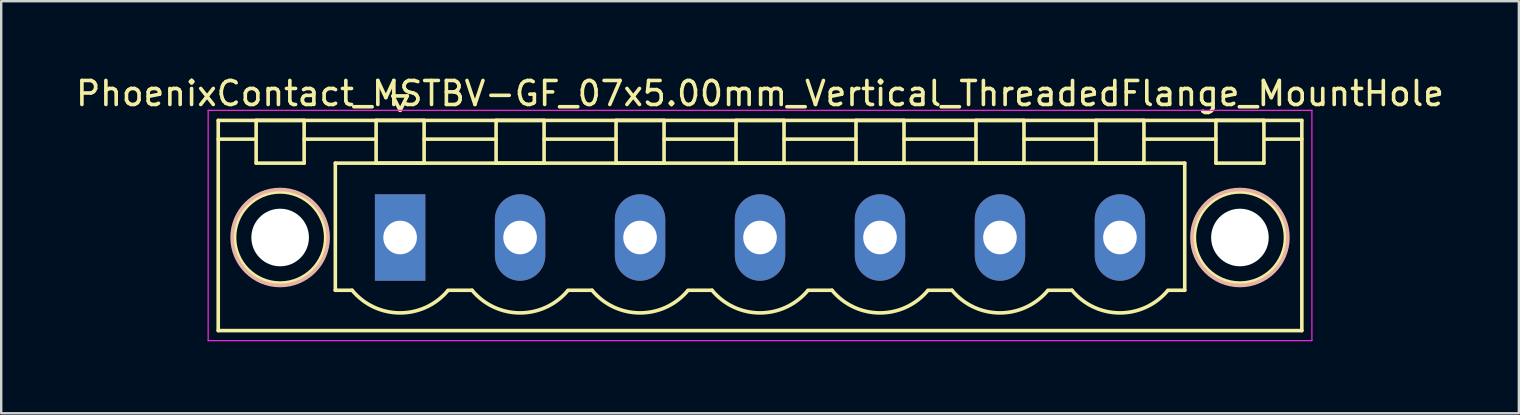
<source format=kicad_pcb>
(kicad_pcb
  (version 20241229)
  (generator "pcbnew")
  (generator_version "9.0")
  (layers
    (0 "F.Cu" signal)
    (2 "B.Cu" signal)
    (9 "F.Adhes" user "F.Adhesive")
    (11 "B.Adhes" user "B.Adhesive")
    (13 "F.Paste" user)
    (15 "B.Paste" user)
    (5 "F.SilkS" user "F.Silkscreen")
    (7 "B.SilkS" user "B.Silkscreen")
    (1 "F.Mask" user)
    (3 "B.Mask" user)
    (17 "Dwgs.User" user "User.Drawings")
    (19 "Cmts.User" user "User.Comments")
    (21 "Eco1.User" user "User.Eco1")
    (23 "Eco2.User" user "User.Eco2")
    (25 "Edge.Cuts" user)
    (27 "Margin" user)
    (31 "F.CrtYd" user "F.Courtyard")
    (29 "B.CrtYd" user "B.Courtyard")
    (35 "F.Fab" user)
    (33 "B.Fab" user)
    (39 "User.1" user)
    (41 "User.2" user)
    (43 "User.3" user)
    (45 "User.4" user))
  (footprint "PhoenixContact_MSTBV-GF_07x5.00mm_Vertical_ThreadedFlange_MountHole"
    (layer "F.Cu")
    (at 13.625 6.848)
    (property "Reference" "PhoenixContact_MSTBV-GF_07x5.00mm_Vertical_ThreadedFlange_MountHole" (at 15 -6 0) (layer "F.SilkS") (effects (font (size 1 1) (thickness 0.15))))
    (attr through_hole)
    (fp_line (start -7.58 -4.88) (end -7.58 3.88) (stroke (width 0.15) (type solid)) (layer "F.SilkS"))
    (fp_line (start -7.58 -4.1) (end -6.08 -4.1) (stroke (width 0.15) (type solid)) (layer "F.SilkS"))
    (fp_line (start -7.58 3.88) (end 37.58 3.88) (stroke (width 0.15) (type solid)) (layer "F.SilkS"))
    (fp_line (start -6 -4.88) (end -4 -4.88) (stroke (width 0.15) (type solid)) (layer "F.SilkS"))
    (fp_line (start -6 -3.1) (end -6 -4.88) (stroke (width 0.15) (type solid)) (layer "F.SilkS"))
    (fp_line (start -4 -4.88) (end -4 -3.1) (stroke (width 0.15) (type solid)) (layer "F.SilkS"))
    (fp_line (start -4 -4.1) (end -1 -4.1) (stroke (width 0.15) (type solid)) (layer "F.SilkS"))
    (fp_line (start -4 -3.1) (end -6 -3.1) (stroke (width 0.15) (type solid)) (layer "F.SilkS"))
    (fp_line (start -2.7 -3.1) (end 32.7 -3.1) (stroke (width 0.15) (type solid)) (layer "F.SilkS"))
    (fp_line (start -2.7 2.2) (end -2.7 -3.1) (stroke (width 0.15) (type solid)) (layer "F.SilkS"))
    (fp_line (start -2 2.2) (end -2.7 2.2) (stroke (width 0.15) (type solid)) (layer "F.SilkS"))
    (fp_line (start -1 -4.88) (end 1 -4.88) (stroke (width 0.15) (type solid)) (layer "F.SilkS"))
    (fp_line (start -1 -3.1) (end -1 -4.88) (stroke (width 0.15) (type solid)) (layer "F.SilkS"))
    (fp_line (start -0.3 -5.9) (end 0 -5.3) (stroke (width 0.15) (type solid)) (layer "F.SilkS"))
    (fp_line (start 0 -5.3) (end 0.3 -5.9) (stroke (width 0.15) (type solid)) (layer "F.SilkS"))
    (fp_line (start 0.3 -5.9) (end -0.3 -5.9) (stroke (width 0.15) (type solid)) (layer "F.SilkS"))
    (fp_line (start 1 -4.88) (end 1 -3.1) (stroke (width 0.15) (type solid)) (layer "F.SilkS"))
    (fp_line (start 1 -4.1) (end 4 -4.1) (stroke (width 0.15) (type solid)) (layer "F.SilkS"))
    (fp_line (start 1 -3.1) (end -1 -3.1) (stroke (width 0.15) (type solid)) (layer "F.SilkS"))
    (fp_line (start 2 2.2) (end 3 2.2) (stroke (width 0.15) (type solid)) (layer "F.SilkS"))
    (fp_line (start 4 -4.88) (end 6 -4.88) (stroke (width 0.15) (type solid)) (layer "F.SilkS"))
    (fp_line (start 4 -3.1) (end 4 -4.88) (stroke (width 0.15) (type solid)) (layer "F.SilkS"))
    (fp_line (start 6 -4.88) (end 6 -3.1) (stroke (width 0.15) (type solid)) (layer "F.SilkS"))
    (fp_line (start 6 -4.1) (end 9 -4.1) (stroke (width 0.15) (type solid)) (layer "F.SilkS"))
    (fp_line (start 6 -3.1) (end 4 -3.1) (stroke (width 0.15) (type solid)) (layer "F.SilkS"))
    (fp_line (start 7 2.2) (end 8 2.2) (stroke (width 0.15) (type solid)) (layer "F.SilkS"))
    (fp_line (start 9 -4.88) (end 11 -4.88) (stroke (width 0.15) (type solid)) (layer "F.SilkS"))
    (fp_line (start 9 -3.1) (end 9 -4.88) (stroke (width 0.15) (type solid)) (layer "F.SilkS"))
    (fp_line (start 11 -4.88) (end 11 -3.1) (stroke (width 0.15) (type solid)) (layer "F.SilkS"))
    (fp_line (start 11 -4.1) (end 14 -4.1) (stroke (width 0.15) (type solid)) (layer "F.SilkS"))
    (fp_line (start 11 -3.1) (end 9 -3.1) (stroke (width 0.15) (type solid)) (layer "F.SilkS"))
    (fp_line (start 12 2.2) (end 13 2.2) (stroke (width 0.15) (type solid)) (layer "F.SilkS"))
    (fp_line (start 14 -4.88) (end 16 -4.88) (stroke (width 0.15) (type solid)) (layer "F.SilkS"))
    (fp_line (start 14 -3.1) (end 14 -4.88) (stroke (width 0.15) (type solid)) (layer "F.SilkS"))
    (fp_line (start 16 -4.88) (end 16 -3.1) (stroke (width 0.15) (type solid)) (layer "F.SilkS"))
    (fp_line (start 16 -4.1) (end 19 -4.1) (stroke (width 0.15) (type solid)) (layer "F.SilkS"))
    (fp_line (start 16 -3.1) (end 14 -3.1) (stroke (width 0.15) (type solid)) (layer "F.SilkS"))
    (fp_line (start 17 2.2) (end 18 2.2) (stroke (width 0.15) (type solid)) (layer "F.SilkS"))
    (fp_line (start 19 -4.88) (end 21 -4.88) (stroke (width 0.15) (type solid)) (layer "F.SilkS"))
    (fp_line (start 19 -3.1) (end 19 -4.88) (stroke (width 0.15) (type solid)) (layer "F.SilkS"))
    (fp_line (start 21 -4.88) (end 21 -3.1) (stroke (width 0.15) (type solid)) (layer "F.SilkS"))
    (fp_line (start 21 -4.1) (end 24 -4.1) (stroke (width 0.15) (type solid)) (layer "F.SilkS"))
    (fp_line (start 21 -3.1) (end 19 -3.1) (stroke (width 0.15) (type solid)) (layer "F.SilkS"))
    (fp_line (start 22 2.2) (end 23 2.2) (stroke (width 0.15) (type solid)) (layer "F.SilkS"))
    (fp_line (start 24 -4.88) (end 26 -4.88) (stroke (width 0.15) (type solid)) (layer "F.SilkS"))
    (fp_line (start 24 -3.1) (end 24 -4.88) (stroke (width 0.15) (type solid)) (layer "F.SilkS"))
    (fp_line (start 26 -4.88) (end 26 -3.1) (stroke (width 0.15) (type solid)) (layer "F.SilkS"))
    (fp_line (start 26 -4.1) (end 29 -4.1) (stroke (width 0.15) (type solid)) (layer "F.SilkS"))
    (fp_line (start 26 -3.1) (end 24 -3.1) (stroke (width 0.15) (type solid)) (layer "F.SilkS"))
    (fp_line (start 27 2.2) (end 28 2.2) (stroke (width 0.15) (type solid)) (layer "F.SilkS"))
    (fp_line (start 29 -4.88) (end 31 -4.88) (stroke (width 0.15) (type solid)) (layer "F.SilkS"))
    (fp_line (start 29 -3.1) (end 29 -4.88) (stroke (width 0.15) (type solid)) (layer "F.SilkS"))
    (fp_line (start 31 -4.88) (end 31 -3.1) (stroke (width 0.15) (type solid)) (layer "F.SilkS"))
    (fp_line (start 31 -4.1) (end 34 -4.1) (stroke (width 0.15) (type solid)) (layer "F.SilkS"))
    (fp_line (start 31 -3.1) (end 29 -3.1) (stroke (width 0.15) (type solid)) (layer "F.SilkS"))
    (fp_line (start 32.7 -3.1) (end 32.7 2.2) (stroke (width 0.15) (type solid)) (layer "F.SilkS"))
    (fp_line (start 32.7 2.2) (end 32 2.2) (stroke (width 0.15) (type solid)) (layer "F.SilkS"))
    (fp_line (start 34 -4.88) (end 36 -4.88) (stroke (width 0.15) (type solid)) (layer "F.SilkS"))
    (fp_line (start 34 -3.1) (end 34 -4.88) (stroke (width 0.15) (type solid)) (layer "F.SilkS"))
    (fp_line (start 36 -4.88) (end 36 -3.1) (stroke (width 0.15) (type solid)) (layer "F.SilkS"))
    (fp_line (start 36 -3.1) (end 34 -3.1) (stroke (width 0.15) (type solid)) (layer "F.SilkS"))
    (fp_line (start 37.58 -4.88) (end -7.58 -4.88) (stroke (width 0.15) (type solid)) (layer "F.SilkS"))
    (fp_line (start 37.58 -4.1) (end 36.08 -4.1) (stroke (width 0.15) (type solid)) (layer "F.SilkS"))
    (fp_line (start 37.58 3.88) (end 37.58 -4.88) (stroke (width 0.15) (type solid)) (layer "F.SilkS"))
    (fp_arc (start 1.986842 2.215821) (mid -0.010289 3.142758) (end -2 2.2) (stroke (width 0.15) (type solid)) (layer "F.SilkS"))
    (fp_arc (start 6.986842 2.215821) (mid 4.989711 3.142758) (end 3 2.2) (stroke (width 0.15) (type solid)) (layer "F.SilkS"))
    (fp_arc (start 11.986842 2.215821) (mid 9.989711 3.142758) (end 8 2.2) (stroke (width 0.15) (type solid)) (layer "F.SilkS"))
    (fp_arc (start 16.986842 2.215821) (mid 14.989711 3.142758) (end 13 2.2) (stroke (width 0.15) (type solid)) (layer "F.SilkS"))
    (fp_arc (start 21.986842 2.215821) (mid 19.989711 3.142758) (end 18 2.2) (stroke (width 0.15) (type solid)) (layer "F.SilkS"))
    (fp_arc (start 26.986842 2.215821) (mid 24.989711 3.142758) (end 23 2.2) (stroke (width 0.15) (type solid)) (layer "F.SilkS"))
    (fp_arc (start 31.986842 2.215821) (mid 29.989711 3.142758) (end 28 2.2) (stroke (width 0.15) (type solid)) (layer "F.SilkS"))
    (fp_circle (center -5 0) (end -4 0) (stroke (width 0.15) (type solid)) (fill no) (layer "F.SilkS"))
    (fp_circle (center -5 0) (end -3.1 0) (stroke (width 0.15) (type solid)) (fill no) (layer "F.SilkS"))
    (fp_circle (center 35 0) (end 36 0) (stroke (width 0.15) (type solid)) (fill no) (layer "F.SilkS"))
    (fp_circle (center 35 0) (end 36.9 0) (stroke (width 0.15) (type solid)) (fill no) (layer "F.SilkS"))
    (fp_circle (center -5 0) (end -3 0) (stroke (width 0.15) (type solid)) (fill no) (layer "B.SilkS"))
    (fp_circle (center 35 0) (end 37 0) (stroke (width 0.15) (type solid)) (fill no) (layer "B.SilkS"))
    (fp_line (start -8 -5.3) (end -8 4.3) (stroke (width 0.05) (type solid)) (layer "F.CrtYd"))
    (fp_line (start -8 4.3) (end 38 4.3) (stroke (width 0.05) (type solid)) (layer "F.CrtYd"))
    (fp_line (start 38 -5.3) (end -8 -5.3) (stroke (width 0.05) (type solid)) (layer "F.CrtYd"))
    (fp_line (start 38 4.3) (end 38 -5.3) (stroke (width 0.05) (type solid)) (layer "F.CrtYd"))
    (pad "" np_thru_hole circle (at -5 0) (size 2.4 2.4) (drill 2.4) (layers "*.Cu" "*.Mask"))
    (pad "" np_thru_hole circle (at 35 0) (size 2.4 2.4) (drill 2.4) (layers "*.Cu" "*.Mask"))
    (pad "1" thru_hole rect (at 0 0) (size 2.1 3.6) (drill 1.4) (layers "*.Cu" "*.Mask"))
    (pad "2" thru_hole oval (at 5 0) (size 2.1 3.6) (drill 1.4) (layers "*.Cu" "*.Mask"))
    (pad "3" thru_hole oval (at 10 0) (size 2.1 3.6) (drill 1.4) (layers "*.Cu" "*.Mask"))
    (pad "4" thru_hole oval (at 15 0) (size 2.1 3.6) (drill 1.4) (layers "*.Cu" "*.Mask"))
    (pad "5" thru_hole oval (at 20 0) (size 2.1 3.6) (drill 1.4) (layers "*.Cu" "*.Mask"))
    (pad "6" thru_hole oval (at 25 0) (size 2.1 3.6) (drill 1.4) (layers "*.Cu" "*.Mask"))
    (pad "7" thru_hole oval (at 30 0) (size 2.1 3.6) (drill 1.4) (layers "*.Cu" "*.Mask")))
  (gr_rect
    (start -3 -3)
    (end 60.25 14.173)
    (stroke (width 0.1) (type default))
    (fill no)
    (layer "Edge.Cuts")))
</source>
